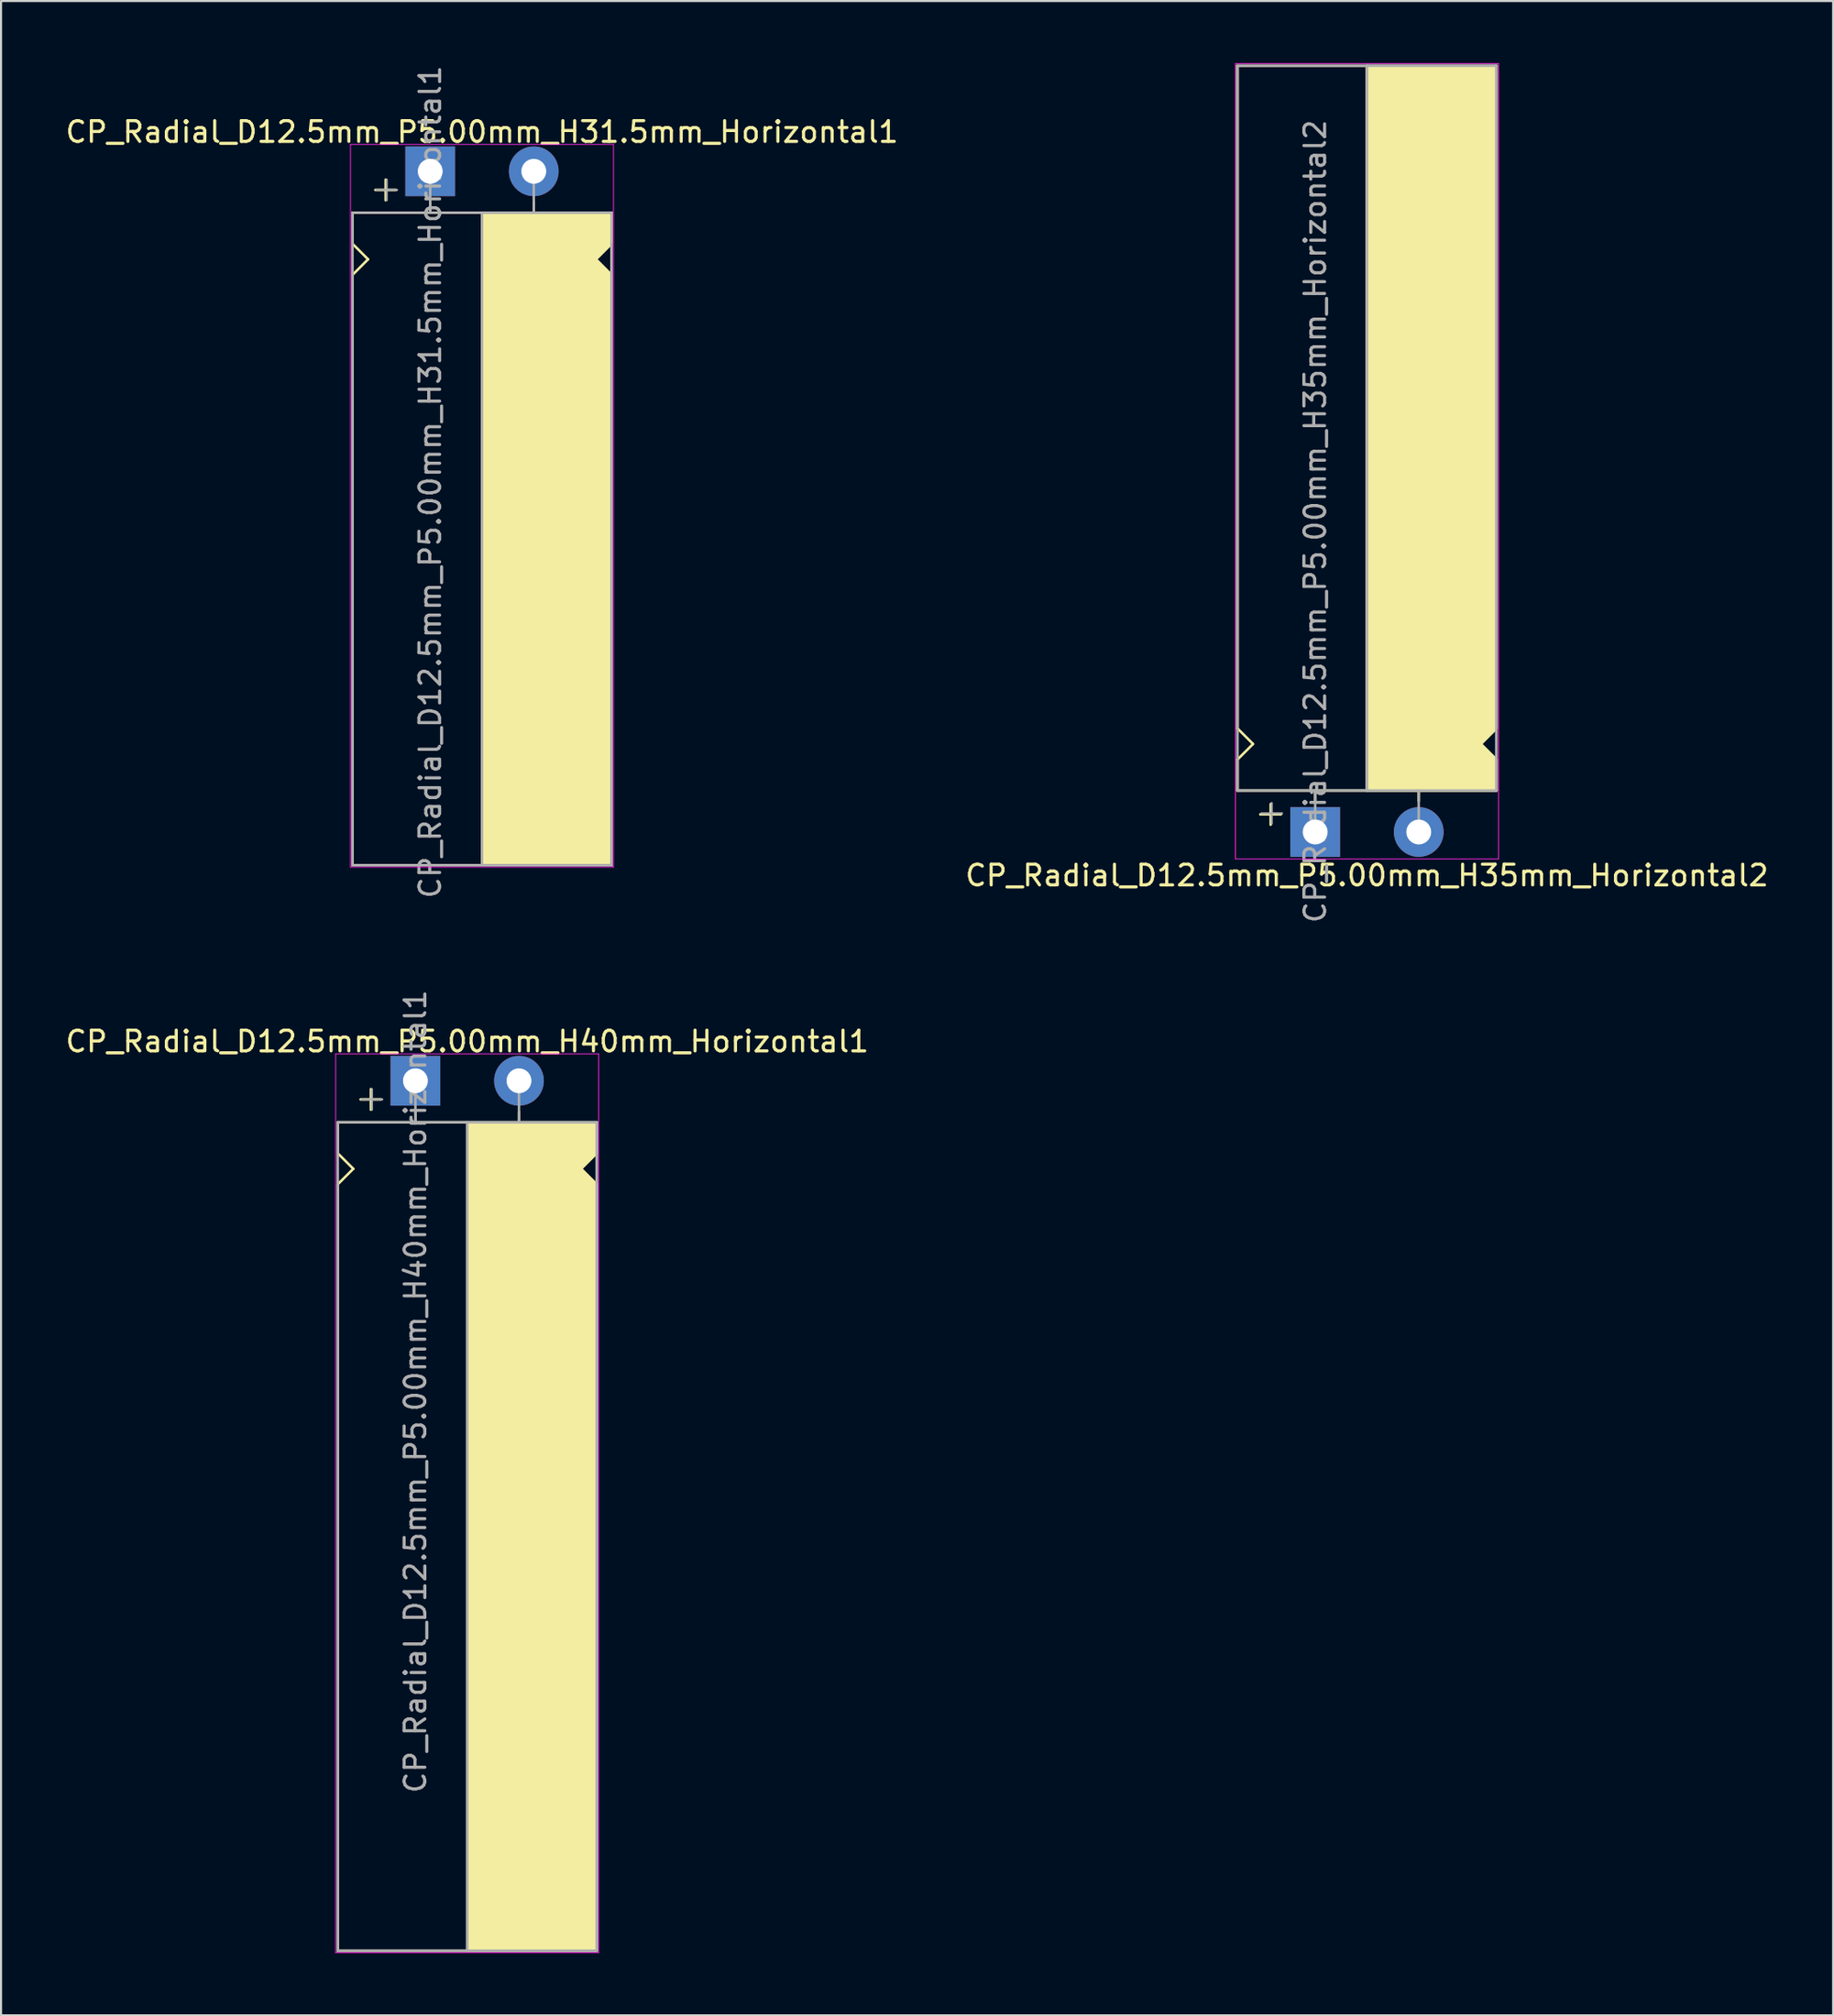
<source format=kicad_pcb>
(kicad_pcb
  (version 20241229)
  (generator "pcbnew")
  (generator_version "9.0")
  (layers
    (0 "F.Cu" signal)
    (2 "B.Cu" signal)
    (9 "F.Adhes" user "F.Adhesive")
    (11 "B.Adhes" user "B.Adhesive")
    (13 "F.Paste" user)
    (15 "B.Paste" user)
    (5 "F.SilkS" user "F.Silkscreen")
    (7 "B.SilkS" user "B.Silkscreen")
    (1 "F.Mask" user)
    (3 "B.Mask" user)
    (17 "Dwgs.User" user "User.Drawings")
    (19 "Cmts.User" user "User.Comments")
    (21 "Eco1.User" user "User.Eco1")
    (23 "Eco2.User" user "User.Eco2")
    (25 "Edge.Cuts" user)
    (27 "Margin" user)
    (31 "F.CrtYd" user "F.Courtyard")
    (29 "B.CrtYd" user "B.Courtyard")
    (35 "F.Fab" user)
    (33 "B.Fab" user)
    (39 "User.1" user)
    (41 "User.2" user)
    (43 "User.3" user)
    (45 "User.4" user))
  (footprint "CP_Radial_D12.5mm_P5.00mm_H40mm_Horizontal1"
    (layer "F.Cu")
    (at 17.006 49.132)
    (property "Reference" "CP_Radial_D12.5mm_P5.00mm_H40mm_Horizontal1" (at 2.5 -1.9 180) (layer "F.SilkS") (effects (font (size 1 1) (thickness 0.15))))
    (attr through_hole)
    (fp_line (start -3.75 2) (end -3.75 3.5) (stroke (width 0.12) (type solid)) (layer "F.SilkS"))
    (fp_line (start -3.75 3.5) (end -3 4.25) (stroke (width 0.12) (type solid)) (layer "F.SilkS"))
    (fp_line (start -3.75 5) (end -3.75 42) (stroke (width 0.12) (type solid)) (layer "F.SilkS"))
    (fp_line (start -3 4.25) (end -3.75 5) (stroke (width 0.12) (type solid)) (layer "F.SilkS"))
    (fp_line (start -2.15 0.4) (end -2.15 1.4) (stroke (width 0.12) (type solid)) (layer "F.SilkS"))
    (fp_line (start -1.65 0.9) (end -2.65 0.9) (stroke (width 0.12) (type solid)) (layer "F.SilkS"))
    (fp_line (start 0 1.5) (end 0 2) (stroke (width 0.12) (type solid)) (layer "F.SilkS"))
    (fp_line (start 2.5 2) (end -3.75 2) (stroke (width 0.12) (type solid)) (layer "F.SilkS"))
    (fp_line (start 2.5 2) (end 2.5 42) (stroke (width 0.12) (type solid)) (layer "F.SilkS"))
    (fp_line (start 2.5 2) (end 8.75 2) (stroke (width 0.12) (type solid)) (layer "F.SilkS"))
    (fp_line (start 5 1.5) (end 5 2) (stroke (width 0.12) (type solid)) (layer "F.SilkS"))
    (fp_line (start 8 4.25) (end 8.75 5) (stroke (width 0.12) (type solid)) (layer "F.SilkS"))
    (fp_line (start 8.75 2) (end 8.75 3.5) (stroke (width 0.12) (type solid)) (layer "F.SilkS"))
    (fp_line (start 8.75 3.5) (end 8 4.25) (stroke (width 0.12) (type solid)) (layer "F.SilkS"))
    (fp_line (start 8.75 5) (end 8.75 42) (stroke (width 0.12) (type solid)) (layer "F.SilkS"))
    (fp_line (start 8.75 42) (end -3.75 42) (stroke (width 0.12) (type solid)) (layer "F.SilkS"))
    (fp_poly (pts (xy 8.75 3.5) (xy 8 4.25) (xy 8.75 5) (xy 8.75 42) (xy 2.5 42) (xy 2.5 2) (xy 8.75 2)) (stroke (width 0.1) (type solid)) (fill yes) (layer "F.SilkS"))
    (fp_line (start -3.85 -1.3) (end 8.85 -1.3) (stroke (width 0.04) (type solid)) (layer "F.CrtYd"))
    (fp_line (start -3.85 42.1) (end -3.85 -1.3) (stroke (width 0.04) (type solid)) (layer "F.CrtYd"))
    (fp_line (start 8.85 -1.3) (end 8.85 42.1) (stroke (width 0.04) (type solid)) (layer "F.CrtYd"))
    (fp_line (start 8.85 42.1) (end -3.85 42.1) (stroke (width 0.04) (type solid)) (layer "F.CrtYd"))
    (fp_line (start -3.75 2) (end -3.75 42) (stroke (width 0.12) (type solid)) (layer "F.Fab"))
    (fp_line (start -3.75 42) (end 8.75 42) (stroke (width 0.12) (type solid)) (layer "F.Fab"))
    (fp_line (start -2.6 0.9) (end -1.6 0.9) (stroke (width 0.1) (type solid)) (layer "F.Fab"))
    (fp_line (start -2.1 1.4) (end -2.1 0.4) (stroke (width 0.1) (type solid)) (layer "F.Fab"))
    (fp_line (start 0 0) (end 0 2) (stroke (width 0.12) (type solid)) (layer "F.Fab"))
    (fp_line (start 0 2) (end -3.75 2) (stroke (width 0.12) (type solid)) (layer "F.Fab"))
    (fp_line (start 2.5 2) (end 2.5 42) (stroke (width 0.12) (type solid)) (layer "F.Fab"))
    (fp_line (start 5 2) (end 5 0) (stroke (width 0.12) (type solid)) (layer "F.Fab"))
    (fp_line (start 8.75 2) (end 0 2) (stroke (width 0.12) (type solid)) (layer "F.Fab"))
    (fp_line (start 8.75 42) (end 8.75 2) (stroke (width 0.12) (type solid)) (layer "F.Fab"))
    (fp_poly (pts (xy 8.75 42) (xy 2.5 42) (xy 2.5 2) (xy 8.75 2)) (stroke (width 0.1) (type solid)) (fill no) (layer "F.Fab"))
    (fp_text user "${REFERENCE}" (at 0 15 90) (layer "F.Fab") (effects (font (size 1 1) (thickness 0.15))))
    (pad "1" thru_hole rect (at 0 0) (size 2.4 2.4) (drill 1.2) (layers "*.Cu" "*.Mask"))
    (pad "2" thru_hole circle (at 5 0) (size 2.4 2.4) (drill 1.2) (layers "*.Cu" "*.Mask")))
  (footprint "CP_Radial_D12.5mm_P5.00mm_H31.5mm_Horizontal1"
    (layer "F.Cu")
    (at 17.72 5.22)
    (property "Reference" "CP_Radial_D12.5mm_P5.00mm_H31.5mm_Horizontal1" (at 2.5 -1.9 180) (layer "F.SilkS") (effects (font (size 1 1) (thickness 0.15))))
    (attr through_hole)
    (fp_line (start -3.75 2) (end -3.75 3.5) (stroke (width 0.12) (type solid)) (layer "F.SilkS"))
    (fp_line (start -3.75 3.5) (end -3 4.25) (stroke (width 0.12) (type solid)) (layer "F.SilkS"))
    (fp_line (start -3.75 5) (end -3.75 33.5) (stroke (width 0.12) (type solid)) (layer "F.SilkS"))
    (fp_line (start -3 4.25) (end -3.75 5) (stroke (width 0.12) (type solid)) (layer "F.SilkS"))
    (fp_line (start -2.15 0.4) (end -2.15 1.4) (stroke (width 0.12) (type solid)) (layer "F.SilkS"))
    (fp_line (start -1.65 0.9) (end -2.65 0.9) (stroke (width 0.12) (type solid)) (layer "F.SilkS"))
    (fp_line (start 0 1.5) (end 0 2) (stroke (width 0.12) (type solid)) (layer "F.SilkS"))
    (fp_line (start 2.5 2) (end -3.75 2) (stroke (width 0.12) (type solid)) (layer "F.SilkS"))
    (fp_line (start 2.5 2) (end 2.5 33.5) (stroke (width 0.12) (type solid)) (layer "F.SilkS"))
    (fp_line (start 2.5 2) (end 8.75 2) (stroke (width 0.12) (type solid)) (layer "F.SilkS"))
    (fp_line (start 5 1.5) (end 5 2) (stroke (width 0.12) (type solid)) (layer "F.SilkS"))
    (fp_line (start 8 4.25) (end 8.75 5) (stroke (width 0.12) (type solid)) (layer "F.SilkS"))
    (fp_line (start 8.75 2) (end 8.75 3.5) (stroke (width 0.12) (type solid)) (layer "F.SilkS"))
    (fp_line (start 8.75 3.5) (end 8 4.25) (stroke (width 0.12) (type solid)) (layer "F.SilkS"))
    (fp_line (start 8.75 5) (end 8.75 33.5) (stroke (width 0.12) (type solid)) (layer "F.SilkS"))
    (fp_line (start 8.75 33.5) (end -3.75 33.5) (stroke (width 0.12) (type solid)) (layer "F.SilkS"))
    (fp_poly (pts (xy 8.75 3.5) (xy 8 4.25) (xy 8.75 5) (xy 8.75 33.5) (xy 2.5 33.5) (xy 2.5 2) (xy 8.75 2)) (stroke (width 0.1) (type solid)) (fill yes) (layer "F.SilkS"))
    (fp_line (start -3.85 -1.3) (end 8.85 -1.3) (stroke (width 0.04) (type solid)) (layer "F.CrtYd"))
    (fp_line (start -3.85 33.6) (end -3.85 -1.3) (stroke (width 0.04) (type solid)) (layer "F.CrtYd"))
    (fp_line (start 8.85 -1.3) (end 8.85 33.6) (stroke (width 0.04) (type solid)) (layer "F.CrtYd"))
    (fp_line (start 8.85 33.6) (end -3.85 33.6) (stroke (width 0.04) (type solid)) (layer "F.CrtYd"))
    (fp_line (start -3.75 2) (end -3.75 33.5) (stroke (width 0.12) (type solid)) (layer "F.Fab"))
    (fp_line (start -3.75 33.5) (end 8.75 33.5) (stroke (width 0.12) (type solid)) (layer "F.Fab"))
    (fp_line (start -2.6 0.9) (end -1.6 0.9) (stroke (width 0.1) (type solid)) (layer "F.Fab"))
    (fp_line (start -2.1 1.4) (end -2.1 0.4) (stroke (width 0.1) (type solid)) (layer "F.Fab"))
    (fp_line (start 0 0) (end 0 2) (stroke (width 0.12) (type solid)) (layer "F.Fab"))
    (fp_line (start 0 2) (end -3.75 2) (stroke (width 0.12) (type solid)) (layer "F.Fab"))
    (fp_line (start 2.5 2) (end 2.5 33.5) (stroke (width 0.12) (type solid)) (layer "F.Fab"))
    (fp_line (start 5 2) (end 5 0) (stroke (width 0.12) (type solid)) (layer "F.Fab"))
    (fp_line (start 8.75 2) (end 0 2) (stroke (width 0.12) (type solid)) (layer "F.Fab"))
    (fp_line (start 8.75 33.5) (end 8.75 3.5) (stroke (width 0.12) (type solid)) (layer "F.Fab"))
    (fp_poly (pts (xy 8.75 33.5) (xy 2.5 33.5) (xy 2.5 2) (xy 8.75 2)) (stroke (width 0.1) (type solid)) (fill no) (layer "F.Fab"))
    (fp_text user "${REFERENCE}" (at 0 15 90) (layer "F.Fab") (effects (font (size 1 1) (thickness 0.15))))
    (pad "1" thru_hole rect (at 0 0) (size 2.4 2.4) (drill 1.2) (layers "*.Cu" "*.Mask"))
    (pad "2" thru_hole circle (at 5 0) (size 2.4 2.4) (drill 1.2) (layers "*.Cu" "*.Mask")))
  (footprint "CP_Radial_D12.5mm_P5.00mm_H35mm_Horizontal2"
    (layer "F.Cu")
    (at 60.446 37.12)
    (property "Reference" "CP_Radial_D12.5mm_P5.00mm_H35mm_Horizontal2" (at 2.5 2.1 180) (layer "F.SilkS") (effects (font (size 1 1) (thickness 0.15))))
    (attr through_hole)
    (fp_line (start -3.75 -5) (end -3.75 -37) (stroke (width 0.12) (type solid)) (layer "F.SilkS"))
    (fp_line (start -3.75 -3.5) (end -3 -4.25) (stroke (width 0.12) (type solid)) (layer "F.SilkS"))
    (fp_line (start -3.75 -2) (end -3.75 -3.5) (stroke (width 0.12) (type solid)) (layer "F.SilkS"))
    (fp_line (start -3 -4.25) (end -3.75 -5) (stroke (width 0.12) (type solid)) (layer "F.SilkS"))
    (fp_line (start -2.15 -1.35) (end -2.15 -0.35) (stroke (width 0.12) (type solid)) (layer "F.SilkS"))
    (fp_line (start -1.65 -0.85) (end -2.65 -0.85) (stroke (width 0.12) (type solid)) (layer "F.SilkS"))
    (fp_line (start 0 -1.5) (end 0 -2) (stroke (width 0.12) (type solid)) (layer "F.SilkS"))
    (fp_line (start 2.5 -2) (end -3.75 -2) (stroke (width 0.12) (type solid)) (layer "F.SilkS"))
    (fp_line (start 2.5 -2) (end 2.5 -37) (stroke (width 0.12) (type solid)) (layer "F.SilkS"))
    (fp_line (start 2.5 -2) (end 8.75 -2) (stroke (width 0.12) (type solid)) (layer "F.SilkS"))
    (fp_line (start 5 -1.5) (end 5 -2) (stroke (width 0.12) (type solid)) (layer "F.SilkS"))
    (fp_line (start 8 -4.25) (end 8.75 -5) (stroke (width 0.12) (type solid)) (layer "F.SilkS"))
    (fp_line (start 8.75 -37) (end -3.75 -37) (stroke (width 0.12) (type solid)) (layer "F.SilkS"))
    (fp_line (start 8.75 -5) (end 8.75 -37) (stroke (width 0.12) (type solid)) (layer "F.SilkS"))
    (fp_line (start 8.75 -3.5) (end 8 -4.25) (stroke (width 0.12) (type solid)) (layer "F.SilkS"))
    (fp_line (start 8.75 -2) (end 8.75 -3.5) (stroke (width 0.12) (type solid)) (layer "F.SilkS"))
    (fp_poly (pts (xy 8.75 -3.5) (xy 8 -4.25) (xy 8.75 -5) (xy 8.75 -37) (xy 2.5 -37) (xy 2.5 -2) (xy 8.75 -2)) (stroke (width 0.1) (type solid)) (fill yes) (layer "F.SilkS"))
    (fp_line (start -3.85 -37.1) (end -3.85 1.3) (stroke (width 0.04) (type solid)) (layer "F.CrtYd"))
    (fp_line (start 8.85 -37.1) (end -3.85 -37.1) (stroke (width 0.04) (type solid)) (layer "F.CrtYd"))
    (fp_line (start 8.85 1.3) (end -3.85 1.3) (stroke (width 0.04) (type solid)) (layer "F.CrtYd"))
    (fp_line (start 8.85 1.3) (end 8.85 -37.1) (stroke (width 0.04) (type solid)) (layer "F.CrtYd"))
    (fp_line (start -3.75 -37) (end 8.75 -37) (stroke (width 0.12) (type solid)) (layer "F.Fab"))
    (fp_line (start -3.75 -2) (end -3.75 -37) (stroke (width 0.12) (type solid)) (layer "F.Fab"))
    (fp_line (start -2.6 -0.9) (end -1.6 -0.9) (stroke (width 0.1) (type solid)) (layer "F.Fab"))
    (fp_line (start -2.1 -0.4) (end -2.1 -1.4) (stroke (width 0.1) (type solid)) (layer "F.Fab"))
    (fp_line (start 0 -2) (end -3.75 -2) (stroke (width 0.12) (type solid)) (layer "F.Fab"))
    (fp_line (start 0 0) (end 0 -2) (stroke (width 0.12) (type solid)) (layer "F.Fab"))
    (fp_line (start 2.5 -2) (end 2.5 -37) (stroke (width 0.12) (type solid)) (layer "F.Fab"))
    (fp_line (start 5 -2) (end 5 0) (stroke (width 0.12) (type solid)) (layer "F.Fab"))
    (fp_line (start 8.75 -37) (end 8.75 -2) (stroke (width 0.12) (type solid)) (layer "F.Fab"))
    (fp_line (start 8.75 -2) (end 0 -2) (stroke (width 0.12) (type solid)) (layer "F.Fab"))
    (fp_poly (pts (xy 8.75 -37) (xy 2.5 -37) (xy 2.5 -2) (xy 8.75 -2)) (stroke (width 0.1) (type solid)) (fill no) (layer "F.Fab"))
    (fp_text user "${REFERENCE}" (at 0 -15 90) (layer "F.Fab") (effects (font (size 1 1) (thickness 0.15))))
    (pad "1" thru_hole rect (at 0 0) (size 2.4 2.4) (drill 1.2) (layers "*.Cu" "*.Mask"))
    (pad "2" thru_hole circle (at 5 0) (size 2.4 2.4) (drill 1.2) (layers "*.Cu" "*.Mask")))
  (gr_rect
    (start -3 -3)
    (end 85.452 94.252)
    (stroke (width 0.1) (type default))
    (fill no)
    (layer "Edge.Cuts")))
</source>
